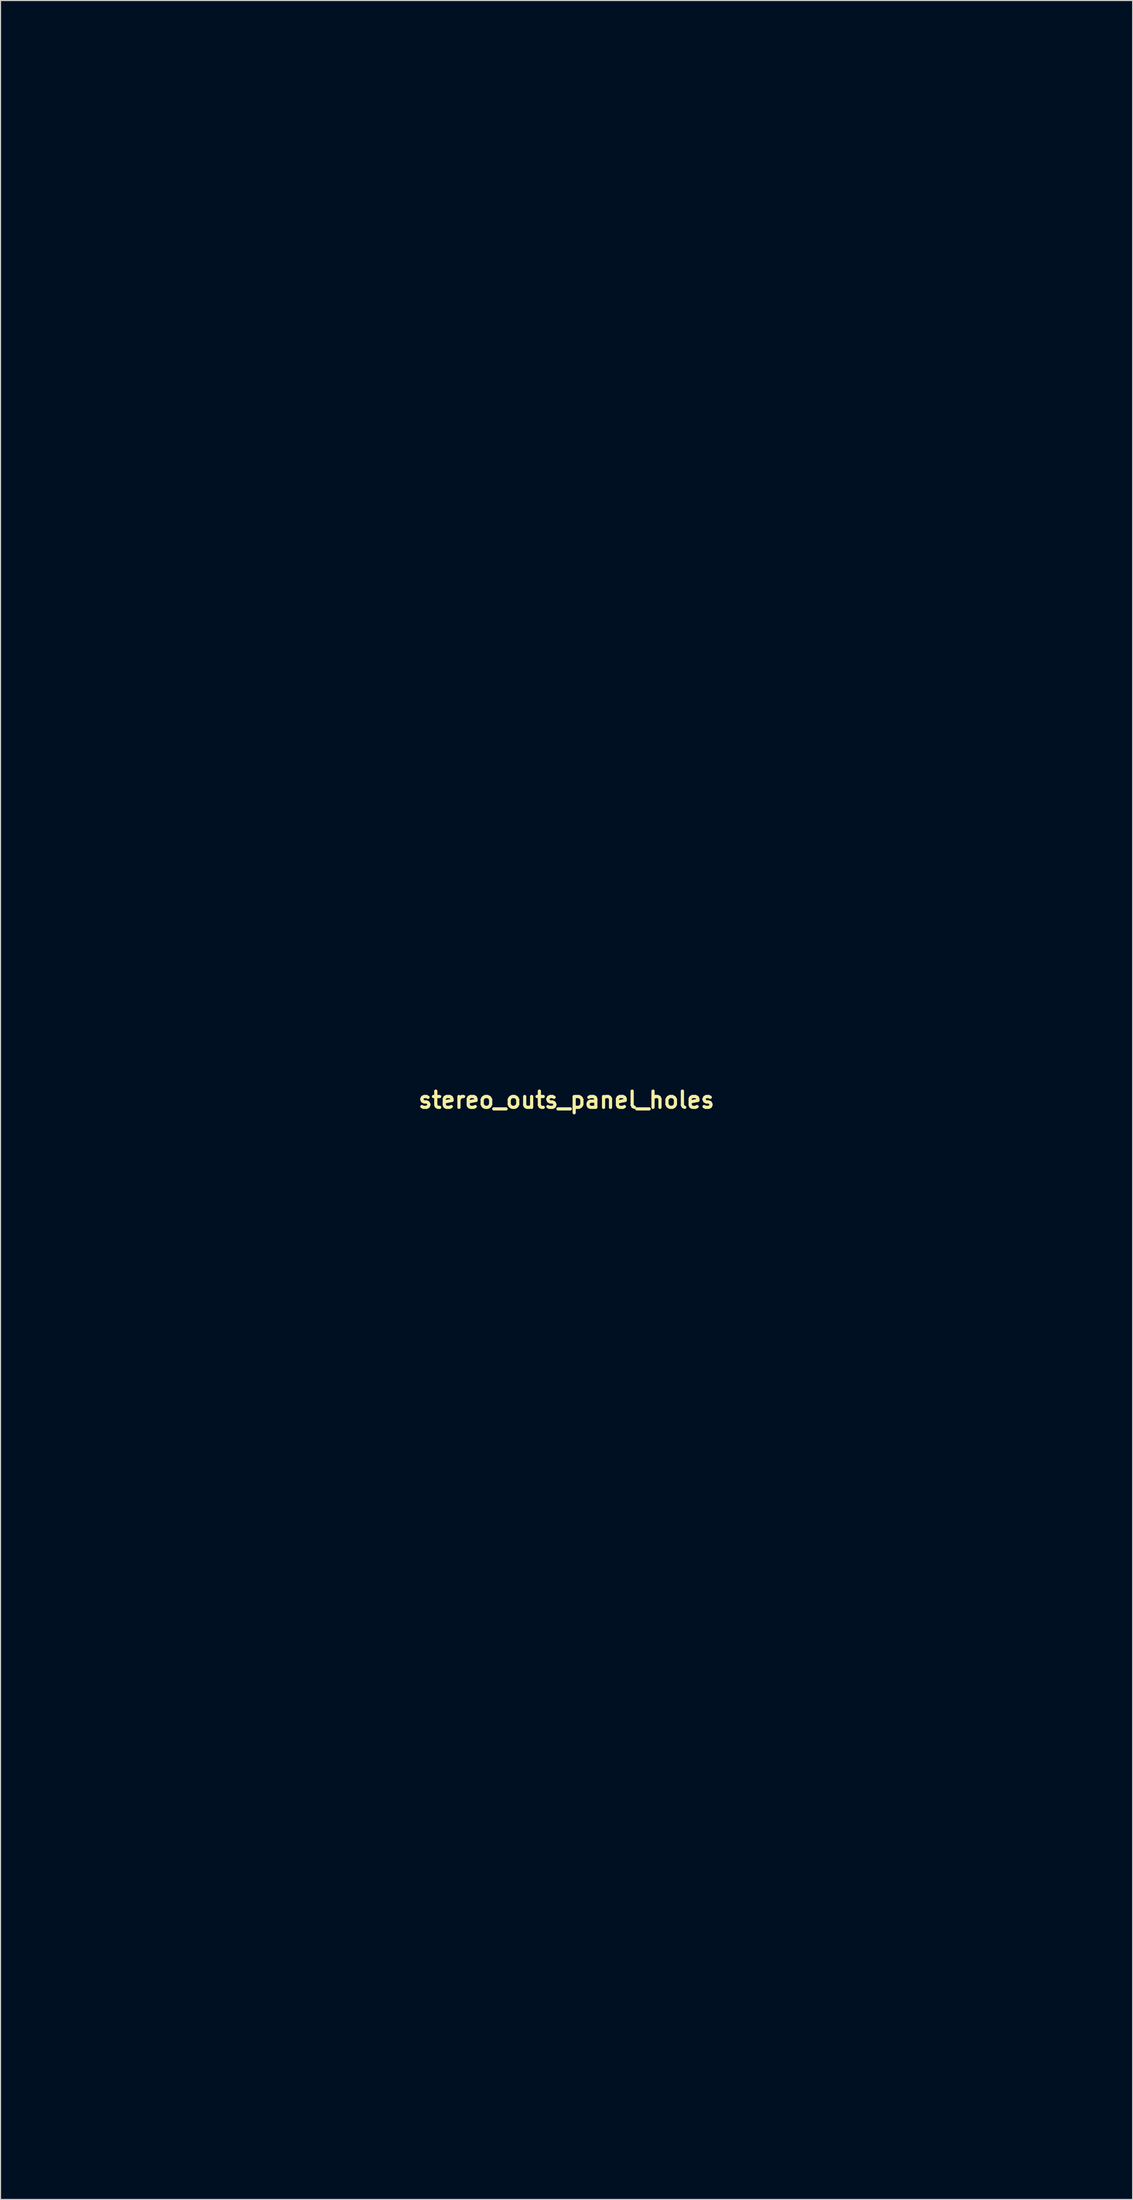
<source format=kicad_pcb>
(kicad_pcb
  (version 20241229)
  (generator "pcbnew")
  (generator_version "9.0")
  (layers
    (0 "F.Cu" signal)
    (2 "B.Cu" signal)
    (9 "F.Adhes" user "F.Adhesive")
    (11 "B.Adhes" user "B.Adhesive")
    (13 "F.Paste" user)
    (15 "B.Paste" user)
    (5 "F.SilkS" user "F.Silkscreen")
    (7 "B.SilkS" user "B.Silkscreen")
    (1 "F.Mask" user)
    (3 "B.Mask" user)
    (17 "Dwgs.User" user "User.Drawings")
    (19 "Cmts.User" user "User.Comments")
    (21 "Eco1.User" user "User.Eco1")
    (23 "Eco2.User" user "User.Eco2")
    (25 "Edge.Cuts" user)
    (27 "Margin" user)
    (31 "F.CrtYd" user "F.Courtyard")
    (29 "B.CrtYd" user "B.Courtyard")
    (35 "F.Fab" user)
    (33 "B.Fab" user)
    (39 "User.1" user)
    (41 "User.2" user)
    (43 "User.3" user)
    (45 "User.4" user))
  (footprint "stereo_outs_panel_holes"
    (layer "F.Cu")
    (at 50.119 100.132)
    (property "Reference" "stereo_outs_panel_holes" (at 0 0 0) (layer "F.SilkS") (effects (font (size 1.524 1.524) (thickness 0.3))))
    (attr through_hole)
    (fp_poly (pts (xy -43.701 -98.521) (xy -43.435 -98.406) (xy -43.2 -98.254) (xy -42.999 -98.068) (xy -42.835 -97.854) (xy -42.711 -97.614) (xy -42.63 -97.353) (xy -42.595 -97.074) (xy -42.594 -97.008) (xy -42.601 -96.808) (xy -42.628 -96.635) (xy -42.678 -96.468) (xy -42.754 -96.291) (xy -42.813 -96.177) (xy -42.874 -96.081) (xy -42.951 -95.987) (xy -43.055 -95.88) (xy -43.063 -95.872) (xy -43.239 -95.714) (xy -43.413 -95.596) (xy -43.598 -95.509) (xy -43.779 -95.453) (xy -43.821 -95.442) (xy -43.864 -95.434) (xy -43.912 -95.426) (xy -43.969 -95.42) (xy -44.04 -95.415) (xy -44.128 -95.412) (xy -44.238 -95.409) (xy -44.373 -95.406) (xy -44.539 -95.405) (xy -44.738 -95.404) (xy -44.976 -95.404) (xy -45.256 -95.404) (xy -45.583 -95.404) (xy -45.603 -95.404) (xy -45.944 -95.405) (xy -46.238 -95.405) (xy -46.488 -95.407) (xy -46.699 -95.409) (xy -46.873 -95.411) (xy -47.016 -95.414) (xy -47.129 -95.418) (xy -47.218 -95.423) (xy -47.286 -95.428) (xy -47.336 -95.435) (xy -47.371 -95.442) (xy -47.633 -95.537) (xy -47.873 -95.674) (xy -48.085 -95.848) (xy -48.265 -96.055) (xy -48.409 -96.289) (xy -48.512 -96.546) (xy -48.555 -96.727) (xy -48.578 -97.001) (xy -48.553 -97.274) (xy -48.48 -97.54) (xy -48.362 -97.793) (xy -48.2 -98.028) (xy -48.145 -98.093) (xy -48.025 -98.203) (xy -47.872 -98.314) (xy -47.702 -98.415) (xy -47.53 -98.495) (xy -47.465 -98.519) (xy -47.257 -98.59) (xy -43.904 -98.59) (xy -43.701 -98.521)) (stroke (width 0.01) (type solid)) (fill no) (layer "Eco1.User"))
    (fp_poly (pts (xy 45.814 95.398) (xy 46.08 95.399) (xy 46.337 95.401) (xy 46.578 95.405) (xy 46.798 95.409) (xy 46.992 95.414) (xy 47.155 95.421) (xy 47.28 95.428) (xy 47.362 95.436) (xy 47.384 95.44) (xy 47.649 95.534) (xy 47.891 95.669) (xy 48.107 95.843) (xy 48.29 96.05) (xy 48.436 96.286) (xy 48.541 96.544) (xy 48.556 96.598) (xy 48.592 96.802) (xy 48.6 97.028) (xy 48.58 97.255) (xy 48.533 97.463) (xy 48.53 97.474) (xy 48.431 97.711) (xy 48.293 97.939) (xy 48.17 98.093) (xy 48.05 98.204) (xy 47.896 98.315) (xy 47.725 98.416) (xy 47.553 98.496) (xy 47.491 98.519) (xy 47.282 98.589) (xy 45.695 98.594) (xy 45.411 98.594) (xy 45.139 98.594) (xy 44.884 98.593) (xy 44.65 98.591) (xy 44.442 98.589) (xy 44.265 98.587) (xy 44.125 98.584) (xy 44.025 98.58) (xy 43.97 98.577) (xy 43.967 98.576) (xy 43.702 98.51) (xy 43.452 98.399) (xy 43.224 98.249) (xy 43.025 98.062) (xy 42.861 97.846) (xy 42.804 97.745) (xy 42.714 97.552) (xy 42.657 97.371) (xy 42.627 97.183) (xy 42.619 97) (xy 42.624 96.825) (xy 42.641 96.679) (xy 42.676 96.542) (xy 42.733 96.393) (xy 42.78 96.291) (xy 42.909 96.074) (xy 43.079 95.876) (xy 43.281 95.703) (xy 43.507 95.563) (xy 43.748 95.463) (xy 43.826 95.441) (xy 43.887 95.432) (xy 43.993 95.424) (xy 44.14 95.418) (xy 44.32 95.412) (xy 44.529 95.407) (xy 44.762 95.403) (xy 45.012 95.4) (xy 45.275 95.399) (xy 45.544 95.398) (xy 45.814 95.398)) (stroke (width 0.01) (type solid)) (fill no) (layer "Eco1.User"))
    (fp_poly (pts (xy 47.491 -98.519) (xy 47.755 -98.405) (xy 47.989 -98.253) (xy 48.189 -98.067) (xy 48.353 -97.852) (xy 48.478 -97.612) (xy 48.56 -97.351) (xy 48.596 -97.074) (xy 48.598 -97.015) (xy 48.59 -96.805) (xy 48.564 -96.63) (xy 48.556 -96.598) (xy 48.46 -96.334) (xy 48.322 -96.093) (xy 48.145 -95.879) (xy 47.934 -95.699) (xy 47.714 -95.567) (xy 47.649 -95.535) (xy 47.591 -95.508) (xy 47.534 -95.484) (xy 47.476 -95.465) (xy 47.411 -95.449) (xy 47.335 -95.436) (xy 47.245 -95.425) (xy 47.137 -95.417) (xy 47.005 -95.412) (xy 46.847 -95.408) (xy 46.657 -95.405) (xy 46.432 -95.404) (xy 46.168 -95.403) (xy 45.86 -95.404) (xy 45.594 -95.404) (xy 45.265 -95.404) (xy 44.983 -95.404) (xy 44.743 -95.405) (xy 44.542 -95.406) (xy 44.375 -95.408) (xy 44.239 -95.41) (xy 44.129 -95.413) (xy 44.041 -95.417) (xy 43.972 -95.421) (xy 43.916 -95.427) (xy 43.871 -95.434) (xy 43.831 -95.443) (xy 43.793 -95.453) (xy 43.764 -95.462) (xy 43.55 -95.541) (xy 43.357 -95.648) (xy 43.173 -95.792) (xy 43.076 -95.883) (xy 42.969 -95.996) (xy 42.889 -96.097) (xy 42.824 -96.205) (xy 42.78 -96.291) (xy 42.73 -96.404) (xy 42.686 -96.515) (xy 42.655 -96.607) (xy 42.648 -96.631) (xy 42.63 -96.752) (xy 42.621 -96.903) (xy 42.622 -97.067) (xy 42.632 -97.224) (xy 42.651 -97.357) (xy 42.659 -97.392) (xy 42.754 -97.659) (xy 42.892 -97.9) (xy 43.069 -98.113) (xy 43.281 -98.293) (xy 43.525 -98.437) (xy 43.764 -98.531) (xy 43.955 -98.59) (xy 47.282 -98.59) (xy 47.491 -98.519)) (stroke (width 0.01) (type solid)) (fill no) (layer "Eco1.User"))
    (fp_poly (pts (xy 32.359 -18.442) (xy 32.768 -18.377) (xy 32.87 -18.352) (xy 33.269 -18.225) (xy 33.645 -18.055) (xy 33.993 -17.844) (xy 34.313 -17.595) (xy 34.601 -17.311) (xy 34.856 -16.993) (xy 35.073 -16.646) (xy 35.252 -16.27) (xy 35.39 -15.869) (xy 35.451 -15.621) (xy 35.474 -15.471) (xy 35.489 -15.286) (xy 35.497 -15.078) (xy 35.498 -14.863) (xy 35.491 -14.653) (xy 35.476 -14.462) (xy 35.455 -14.305) (xy 35.449 -14.276) (xy 35.334 -13.863) (xy 35.177 -13.473) (xy 34.979 -13.11) (xy 34.743 -12.775) (xy 34.472 -12.472) (xy 34.169 -12.203) (xy 33.835 -11.97) (xy 33.474 -11.776) (xy 33.088 -11.624) (xy 32.688 -11.517) (xy 32.555 -11.497) (xy 32.386 -11.482) (xy 32.196 -11.471) (xy 31.998 -11.467) (xy 31.807 -11.468) (xy 31.636 -11.475) (xy 31.5 -11.489) (xy 31.483 -11.491) (xy 31.066 -11.584) (xy 30.673 -11.721) (xy 30.298 -11.904) (xy 30.023 -12.073) (xy 29.883 -12.178) (xy 29.726 -12.312) (xy 29.564 -12.465) (xy 29.408 -12.625) (xy 29.271 -12.779) (xy 29.176 -12.9) (xy 28.953 -13.251) (xy 28.775 -13.62) (xy 28.642 -14.004) (xy 28.555 -14.398) (xy 28.512 -14.798) (xy 28.515 -15.088) (xy 29.515 -15.088) (xy 29.515 -14.834) (xy 31.877 -14.834) (xy 31.877 -12.446) (xy 32.13 -12.446) (xy 32.137 -13.633) (xy 32.144 -14.821) (xy 33.331 -14.828) (xy 34.519 -14.834) (xy 34.519 -15.088) (xy 32.131 -15.088) (xy 32.131 -17.45) (xy 31.877 -17.45) (xy 31.877 -15.088) (xy 29.515 -15.088) (xy 28.515 -15.088) (xy 28.516 -15.199) (xy 28.565 -15.597) (xy 28.661 -15.988) (xy 28.803 -16.368) (xy 28.959 -16.675) (xy 29.189 -17.027) (xy 29.452 -17.344) (xy 29.747 -17.625) (xy 30.068 -17.868) (xy 30.413 -18.071) (xy 30.777 -18.234) (xy 31.158 -18.354) (xy 31.551 -18.429) (xy 31.952 -18.46) (xy 32.359 -18.442)) (stroke (width 0.01) (type solid)) (fill no) (layer "Eco1.User"))
    (fp_poly (pts (xy -2.779 -48.489) (xy -2.528 -48.474) (xy -2.347 -48.45) (xy -1.947 -48.358) (xy -1.564 -48.221) (xy -1.204 -48.041) (xy -0.868 -47.821) (xy -0.559 -47.564) (xy -0.281 -47.273) (xy -0.036 -46.951) (xy 0.173 -46.601) (xy 0.342 -46.225) (xy 0.469 -45.826) (xy 0.496 -45.714) (xy 0.521 -45.564) (xy 0.539 -45.378) (xy 0.55 -45.17) (xy 0.554 -44.956) (xy 0.55 -44.749) (xy 0.538 -44.564) (xy 0.524 -44.457) (xy 0.435 -44.046) (xy 0.301 -43.659) (xy 0.121 -43.293) (xy -0.104 -42.949) (xy -0.376 -42.624) (xy -0.479 -42.519) (xy -0.792 -42.239) (xy -1.118 -42.006) (xy -1.462 -41.818) (xy -1.831 -41.671) (xy -2.21 -41.567) (xy -2.332 -41.547) (xy -2.492 -41.531) (xy -2.677 -41.52) (xy -2.873 -41.514) (xy -3.069 -41.513) (xy -3.251 -41.517) (xy -3.406 -41.527) (xy -3.505 -41.54) (xy -3.792 -41.601) (xy -4.051 -41.676) (xy -4.213 -41.736) (xy -4.588 -41.911) (xy -4.938 -42.127) (xy -5.258 -42.381) (xy -5.546 -42.669) (xy -5.799 -42.987) (xy -6.014 -43.333) (xy -6.188 -43.701) (xy -6.318 -44.09) (xy -6.389 -44.412) (xy -6.415 -44.625) (xy -6.429 -44.867) (xy -6.429 -45.118) (xy -6.429 -45.136) (xy -5.436 -45.136) (xy -5.436 -44.856) (xy -3.073 -44.856) (xy -3.073 -42.494) (xy -2.794 -42.494) (xy -2.794 -44.856) (xy -0.432 -44.856) (xy -0.432 -45.136) (xy -2.794 -45.136) (xy -2.794 -47.498) (xy -3.073 -47.498) (xy -3.073 -45.136) (xy -5.436 -45.136) (xy -6.429 -45.136) (xy -6.417 -45.36) (xy -6.392 -45.573) (xy -6.389 -45.593) (xy -6.294 -45.997) (xy -6.153 -46.381) (xy -5.971 -46.743) (xy -5.749 -47.08) (xy -5.491 -47.388) (xy -5.201 -47.665) (xy -4.88 -47.907) (xy -4.532 -48.112) (xy -4.16 -48.277) (xy -3.766 -48.399) (xy -3.518 -48.45) (xy -3.294 -48.477) (xy -3.041 -48.49) (xy -2.779 -48.489)) (stroke (width 0.01) (type solid)) (fill no) (layer "Eco1.User"))
    (fp_poly (pts (xy -2.481 11.644) (xy -2.08 11.72) (xy -1.69 11.842) (xy -1.314 12.01) (xy -0.959 12.223) (xy -0.849 12.301) (xy -0.682 12.437) (xy -0.505 12.602) (xy -0.332 12.783) (xy -0.176 12.964) (xy -0.06 13.119) (xy 0.126 13.418) (xy 0.274 13.714) (xy 0.392 14.025) (xy 0.473 14.311) (xy 0.514 14.52) (xy 0.542 14.762) (xy 0.556 15.02) (xy 0.556 15.277) (xy 0.542 15.518) (xy 0.522 15.675) (xy 0.428 16.082) (xy 0.29 16.469) (xy 0.11 16.835) (xy -0.11 17.175) (xy -0.367 17.487) (xy -0.657 17.768) (xy -0.979 18.014) (xy -1.328 18.223) (xy -1.702 18.392) (xy -2.098 18.518) (xy -2.262 18.556) (xy -2.408 18.578) (xy -2.59 18.594) (xy -2.791 18.604) (xy -2.998 18.607) (xy -3.195 18.603) (xy -3.368 18.592) (xy -3.463 18.58) (xy -3.856 18.495) (xy -4.228 18.369) (xy -4.594 18.198) (xy -4.617 18.186) (xy -4.818 18.069) (xy -5.002 17.942) (xy -5.184 17.793) (xy -5.376 17.613) (xy -5.412 17.578) (xy -5.688 17.269) (xy -5.919 16.939) (xy -6.108 16.591) (xy -6.253 16.229) (xy -6.356 15.857) (xy -6.417 15.478) (xy -6.436 15.096) (xy -6.429 14.986) (xy -5.436 14.986) (xy -5.436 15.24) (xy -3.073 15.24) (xy -3.073 17.602) (xy -2.794 17.602) (xy -2.794 15.24) (xy -0.432 15.24) (xy -0.432 14.986) (xy -2.794 14.986) (xy -2.794 12.624) (xy -3.073 12.624) (xy -3.073 14.986) (xy -5.436 14.986) (xy -6.429 14.986) (xy -6.413 14.715) (xy -6.349 14.338) (xy -6.245 13.97) (xy -6.1 13.613) (xy -5.915 13.273) (xy -5.69 12.952) (xy -5.426 12.654) (xy -5.123 12.383) (xy -4.891 12.213) (xy -4.664 12.07) (xy -4.449 11.955) (xy -4.226 11.858) (xy -4.107 11.814) (xy -3.706 11.699) (xy -3.298 11.633) (xy -2.889 11.614) (xy -2.481 11.644)) (stroke (width 0.01) (type solid)) (fill no) (layer "Eco1.User"))
    (fp_poly (pts (xy 32.185 41.512) (xy 32.386 41.523) (xy 32.567 41.539) (xy 32.714 41.562) (xy 32.734 41.566) (xy 33.14 41.682) (xy 33.528 41.844) (xy 33.893 42.049) (xy 34.23 42.294) (xy 34.537 42.576) (xy 34.809 42.893) (xy 34.813 42.899) (xy 34.921 43.057) (xy 35.034 43.247) (xy 35.143 43.455) (xy 35.242 43.664) (xy 35.322 43.862) (xy 35.37 44.005) (xy 35.462 44.418) (xy 35.505 44.838) (xy 35.499 45.26) (xy 35.444 45.678) (xy 35.37 45.987) (xy 35.309 46.166) (xy 35.224 46.369) (xy 35.121 46.582) (xy 35.011 46.788) (xy 34.898 46.973) (xy 34.815 47.092) (xy 34.538 47.417) (xy 34.23 47.702) (xy 33.896 47.946) (xy 33.539 48.146) (xy 33.16 48.303) (xy 32.763 48.414) (xy 32.351 48.478) (xy 31.927 48.494) (xy 31.737 48.485) (xy 31.331 48.431) (xy 30.939 48.331) (xy 30.564 48.186) (xy 30.209 47.999) (xy 29.878 47.774) (xy 29.575 47.512) (xy 29.302 47.217) (xy 29.064 46.891) (xy 28.864 46.538) (xy 28.705 46.159) (xy 28.679 46.082) (xy 28.604 45.819) (xy 28.553 45.566) (xy 28.524 45.303) (xy 28.515 45.013) (xy 28.515 44.996) (xy 28.518 44.856) (xy 29.515 44.856) (xy 29.515 45.136) (xy 31.877 45.136) (xy 31.877 47.498) (xy 32.131 47.498) (xy 32.131 45.136) (xy 34.506 45.123) (xy 34.506 44.869) (xy 33.318 44.862) (xy 32.131 44.856) (xy 32.131 42.494) (xy 31.877 42.494) (xy 31.877 44.856) (xy 29.515 44.856) (xy 28.518 44.856) (xy 28.52 44.745) (xy 28.537 44.534) (xy 28.561 44.374) (xy 28.665 43.96) (xy 28.812 43.569) (xy 29.001 43.204) (xy 29.229 42.868) (xy 29.494 42.561) (xy 29.792 42.288) (xy 30.121 42.051) (xy 30.48 41.851) (xy 30.865 41.691) (xy 31.274 41.575) (xy 31.458 41.538) (xy 31.6 41.521) (xy 31.778 41.511) (xy 31.978 41.508) (xy 32.185 41.512)) (stroke (width 0.01) (type solid)) (fill no) (layer "Eco1.User"))
    (fp_poly (pts (xy -45.252 95.402) (xy -44.971 95.403) (xy -44.731 95.403) (xy -44.531 95.404) (xy -44.364 95.406) (xy -44.228 95.408) (xy -44.118 95.411) (xy -44.03 95.415) (xy -43.96 95.419) (xy -43.904 95.425) (xy -43.857 95.433) (xy -43.816 95.441) (xy -43.777 95.451) (xy -43.764 95.455) (xy -43.56 95.524) (xy -43.381 95.615) (xy -43.212 95.736) (xy -43.063 95.872) (xy -42.957 95.981) (xy -42.879 96.075) (xy -42.816 96.17) (xy -42.758 96.283) (xy -42.754 96.291) (xy -42.676 96.474) (xy -42.626 96.641) (xy -42.601 96.814) (xy -42.594 97.008) (xy -42.618 97.29) (xy -42.689 97.555) (xy -42.803 97.8) (xy -42.958 98.02) (xy -43.151 98.213) (xy -43.379 98.374) (xy -43.64 98.499) (xy -43.726 98.53) (xy -43.763 98.542) (xy -43.798 98.552) (xy -43.836 98.561) (xy -43.881 98.568) (xy -43.936 98.574) (xy -44.007 98.579) (xy -44.096 98.582) (xy -44.209 98.585) (xy -44.349 98.588) (xy -44.521 98.589) (xy -44.728 98.591) (xy -44.975 98.592) (xy -45.266 98.593) (xy -45.491 98.593) (xy -45.775 98.594) (xy -46.046 98.594) (xy -46.301 98.593) (xy -46.533 98.592) (xy -46.74 98.59) (xy -46.915 98.588) (xy -47.055 98.585) (xy -47.153 98.582) (xy -47.206 98.578) (xy -47.209 98.578) (xy -47.428 98.526) (xy -47.649 98.44) (xy -47.858 98.326) (xy -48.04 98.193) (xy -48.145 98.093) (xy -48.318 97.865) (xy -48.448 97.619) (xy -48.533 97.358) (xy -48.574 97.089) (xy -48.569 96.818) (xy -48.517 96.551) (xy -48.417 96.292) (xy -48.412 96.283) (xy -48.273 96.058) (xy -48.094 95.854) (xy -47.884 95.682) (xy -47.688 95.566) (xy -47.624 95.535) (xy -47.565 95.507) (xy -47.508 95.484) (xy -47.449 95.465) (xy -47.384 95.448) (xy -47.308 95.435) (xy -47.217 95.425) (xy -47.108 95.417) (xy -46.975 95.411) (xy -46.816 95.407) (xy -46.625 95.405) (xy -46.399 95.403) (xy -46.133 95.403) (xy -45.824 95.402) (xy -45.581 95.402) (xy -45.252 95.402)) (stroke (width 0.01) (type solid)) (fill no) (layer "Eco1.User"))
    (fp_poly (pts (xy 32.016 -78.558) (xy 32.125 -78.555) (xy 32.349 -78.545) (xy 32.537 -78.529) (xy 32.705 -78.504) (xy 32.869 -78.467) (xy 33.044 -78.417) (xy 33.113 -78.395) (xy 33.468 -78.254) (xy 33.814 -78.067) (xy 34.143 -77.84) (xy 34.447 -77.578) (xy 34.718 -77.287) (xy 34.814 -77.167) (xy 34.923 -77.008) (xy 35.036 -76.816) (xy 35.146 -76.606) (xy 35.245 -76.394) (xy 35.326 -76.194) (xy 35.37 -76.06) (xy 35.462 -75.649) (xy 35.505 -75.229) (xy 35.499 -74.807) (xy 35.444 -74.389) (xy 35.37 -74.079) (xy 35.31 -73.903) (xy 35.226 -73.703) (xy 35.125 -73.493) (xy 35.015 -73.287) (xy 34.903 -73.101) (xy 34.813 -72.972) (xy 34.541 -72.653) (xy 34.234 -72.37) (xy 33.897 -72.124) (xy 33.531 -71.919) (xy 33.143 -71.757) (xy 32.734 -71.639) (xy 32.734 -71.639) (xy 32.611 -71.619) (xy 32.45 -71.603) (xy 32.264 -71.593) (xy 32.065 -71.587) (xy 31.867 -71.586) (xy 31.681 -71.591) (xy 31.521 -71.602) (xy 31.407 -71.617) (xy 30.997 -71.718) (xy 30.605 -71.864) (xy 30.236 -72.054) (xy 29.893 -72.283) (xy 29.58 -72.551) (xy 29.3 -72.854) (xy 29.056 -73.191) (xy 29.001 -73.279) (xy 28.814 -73.633) (xy 28.674 -73.99) (xy 28.579 -74.358) (xy 28.527 -74.746) (xy 28.515 -75.07) (xy 28.522 -75.209) (xy 29.515 -75.209) (xy 29.515 -74.93) (xy 31.877 -74.93) (xy 31.877 -72.568) (xy 32.131 -72.568) (xy 32.131 -74.929) (xy 34.506 -74.943) (xy 34.506 -75.197) (xy 33.318 -75.203) (xy 32.131 -75.21) (xy 32.131 -77.572) (xy 31.877 -77.572) (xy 31.877 -75.209) (xy 29.515 -75.209) (xy 28.522 -75.209) (xy 28.537 -75.494) (xy 28.605 -75.897) (xy 28.72 -76.282) (xy 28.883 -76.651) (xy 29.093 -77.007) (xy 29.298 -77.284) (xy 29.566 -77.578) (xy 29.87 -77.84) (xy 30.205 -78.068) (xy 30.565 -78.257) (xy 30.943 -78.404) (xy 31.334 -78.506) (xy 31.44 -78.525) (xy 31.569 -78.543) (xy 31.698 -78.554) (xy 31.843 -78.559) (xy 32.016 -78.558)) (stroke (width 0.01) (type solid)) (fill no) (layer "Eco1.User"))
    (fp_poly (pts (xy 32.378 67.014) (xy 32.868 67.073) (xy 33.26 67.157) (xy 33.732 67.304) (xy 34.178 67.492) (xy 34.597 67.719) (xy 34.987 67.981) (xy 35.346 68.276) (xy 35.674 68.601) (xy 35.969 68.953) (xy 36.23 69.33) (xy 36.456 69.727) (xy 36.645 70.144) (xy 36.795 70.575) (xy 36.906 71.02) (xy 36.977 71.474) (xy 37.005 71.935) (xy 36.99 72.401) (xy 36.93 72.868) (xy 36.824 73.333) (xy 36.671 73.793) (xy 36.502 74.179) (xy 36.29 74.573) (xy 36.052 74.932) (xy 35.778 75.271) (xy 35.578 75.486) (xy 35.302 75.75) (xy 35.028 75.978) (xy 34.742 76.178) (xy 34.429 76.363) (xy 34.201 76.48) (xy 33.792 76.661) (xy 33.385 76.8) (xy 32.964 76.902) (xy 32.589 76.961) (xy 32.437 76.974) (xy 32.249 76.982) (xy 32.04 76.984) (xy 31.826 76.981) (xy 31.621 76.973) (xy 31.441 76.96) (xy 31.344 76.949) (xy 30.853 76.857) (xy 30.38 76.719) (xy 29.927 76.537) (xy 29.497 76.314) (xy 29.093 76.051) (xy 28.716 75.752) (xy 28.37 75.419) (xy 28.057 75.053) (xy 27.78 74.657) (xy 27.542 74.234) (xy 27.344 73.786) (xy 27.191 73.314) (xy 27.181 73.279) (xy 27.08 72.798) (xy 27.026 72.306) (xy 27.021 71.857) (xy 29.515 71.857) (xy 29.515 72.136) (xy 31.877 72.136) (xy 31.877 74.498) (xy 32.131 74.498) (xy 32.131 72.137) (xy 34.506 72.123) (xy 34.506 71.869) (xy 33.318 71.863) (xy 32.131 71.856) (xy 32.131 69.494) (xy 31.877 69.494) (xy 31.877 71.857) (xy 29.515 71.857) (xy 27.021 71.857) (xy 27.02 71.809) (xy 27.062 71.313) (xy 27.151 70.827) (xy 27.169 70.752) (xy 27.312 70.284) (xy 27.501 69.835) (xy 27.733 69.409) (xy 28.004 69.009) (xy 28.313 68.636) (xy 28.657 68.294) (xy 29.033 67.986) (xy 29.439 67.715) (xy 29.871 67.482) (xy 30.328 67.292) (xy 30.432 67.256) (xy 30.905 67.125) (xy 31.391 67.04) (xy 31.884 67.003) (xy 32.378 67.014)) (stroke (width 0.01) (type solid)) (fill no) (layer "Eco1.User"))
    (fp_poly (pts (xy 32.431 -48.469) (xy 32.839 -48.399) (xy 33.23 -48.281) (xy 33.608 -48.114) (xy 33.972 -47.9) (xy 34.138 -47.776) (xy 34.319 -47.622) (xy 34.5 -47.449) (xy 34.668 -47.27) (xy 34.811 -47.098) (xy 34.814 -47.093) (xy 34.923 -46.934) (xy 35.036 -46.743) (xy 35.146 -46.533) (xy 35.245 -46.321) (xy 35.326 -46.121) (xy 35.37 -45.987) (xy 35.462 -45.575) (xy 35.505 -45.156) (xy 35.499 -44.734) (xy 35.444 -44.315) (xy 35.37 -44.005) (xy 35.31 -43.83) (xy 35.226 -43.629) (xy 35.125 -43.419) (xy 35.015 -43.213) (xy 34.903 -43.028) (xy 34.813 -42.899) (xy 34.542 -42.581) (xy 34.236 -42.298) (xy 33.898 -42.053) (xy 33.532 -41.847) (xy 33.143 -41.684) (xy 32.734 -41.566) (xy 32.728 -41.564) (xy 32.611 -41.545) (xy 32.456 -41.53) (xy 32.276 -41.52) (xy 32.082 -41.514) (xy 31.888 -41.512) (xy 31.706 -41.516) (xy 31.548 -41.525) (xy 31.428 -41.54) (xy 31.42 -41.541) (xy 31.001 -41.645) (xy 30.606 -41.793) (xy 30.237 -41.981) (xy 29.897 -42.207) (xy 29.587 -42.47) (xy 29.311 -42.766) (xy 29.071 -43.093) (xy 28.869 -43.449) (xy 28.708 -43.832) (xy 28.589 -44.238) (xy 28.561 -44.374) (xy 28.534 -44.559) (xy 28.519 -44.775) (xy 28.515 -44.996) (xy 28.519 -45.136) (xy 29.515 -45.136) (xy 29.515 -44.856) (xy 31.877 -44.856) (xy 31.877 -42.494) (xy 32.131 -42.494) (xy 32.131 -44.856) (xy 34.506 -44.869) (xy 34.506 -45.123) (xy 33.318 -45.13) (xy 32.131 -45.136) (xy 32.131 -47.498) (xy 31.877 -47.498) (xy 31.877 -45.136) (xy 29.515 -45.136) (xy 28.519 -45.136) (xy 28.523 -45.287) (xy 28.55 -45.548) (xy 28.599 -45.799) (xy 28.672 -46.06) (xy 28.681 -46.087) (xy 28.83 -46.466) (xy 29.024 -46.824) (xy 29.258 -47.159) (xy 29.53 -47.465) (xy 29.834 -47.738) (xy 30.168 -47.973) (xy 30.398 -48.104) (xy 30.772 -48.272) (xy 31.149 -48.391) (xy 31.536 -48.464) (xy 31.942 -48.492) (xy 32.005 -48.493) (xy 32.431 -48.469)) (stroke (width 0.01) (type solid)) (fill no) (layer "Eco1.User"))
    (fp_poly (pts (xy 32.31 11.626) (xy 32.688 11.68) (xy 33.056 11.775) (xy 33.41 11.907) (xy 33.748 12.077) (xy 34.066 12.282) (xy 34.361 12.522) (xy 34.63 12.793) (xy 34.87 13.094) (xy 35.077 13.425) (xy 35.248 13.783) (xy 35.38 14.167) (xy 35.469 14.574) (xy 35.472 14.592) (xy 35.495 14.802) (xy 35.505 15.039) (xy 35.501 15.285) (xy 35.485 15.525) (xy 35.457 15.742) (xy 35.436 15.85) (xy 35.384 16.047) (xy 35.317 16.257) (xy 35.243 16.459) (xy 35.167 16.635) (xy 35.147 16.675) (xy 34.943 17.027) (xy 34.696 17.356) (xy 34.412 17.657) (xy 34.096 17.925) (xy 33.754 18.154) (xy 33.558 18.261) (xy 33.416 18.324) (xy 33.241 18.391) (xy 33.049 18.455) (xy 32.858 18.512) (xy 32.683 18.554) (xy 32.677 18.555) (xy 32.576 18.571) (xy 32.438 18.585) (xy 32.278 18.596) (xy 32.107 18.605) (xy 31.94 18.61) (xy 31.79 18.611) (xy 31.67 18.607) (xy 31.623 18.602) (xy 31.208 18.525) (xy 30.811 18.403) (xy 30.435 18.237) (xy 30.082 18.032) (xy 29.756 17.788) (xy 29.461 17.51) (xy 29.199 17.198) (xy 28.974 16.857) (xy 28.789 16.489) (xy 28.705 16.273) (xy 28.627 16.03) (xy 28.572 15.801) (xy 28.537 15.57) (xy 28.52 15.32) (xy 28.516 15.113) (xy 28.519 14.986) (xy 29.515 14.986) (xy 29.515 15.24) (xy 31.877 15.24) (xy 31.877 17.602) (xy 32.13 17.602) (xy 32.144 15.253) (xy 33.331 15.246) (xy 34.519 15.239) (xy 34.519 14.986) (xy 32.131 14.986) (xy 32.131 12.624) (xy 31.877 12.624) (xy 31.877 14.986) (xy 29.515 14.986) (xy 28.519 14.986) (xy 28.523 14.835) (xy 28.546 14.588) (xy 28.587 14.357) (xy 28.648 14.123) (xy 28.704 13.953) (xy 28.859 13.584) (xy 29.059 13.233) (xy 29.299 12.905) (xy 29.574 12.605) (xy 29.879 12.339) (xy 30.21 12.112) (xy 30.378 12.018) (xy 30.759 11.846) (xy 31.146 11.723) (xy 31.536 11.646) (xy 31.924 11.614) (xy 32.31 11.626)) (stroke (width 0.01) (type solid)) (fill no) (layer "Eco1.User"))
    (fp_poly (pts (xy -2.707 -78.556) (xy -2.504 -78.543) (xy -2.335 -78.521) (xy -1.996 -78.443) (xy -1.654 -78.325) (xy -1.323 -78.175) (xy -1.017 -77.999) (xy -0.862 -77.891) (xy -0.701 -77.759) (xy -0.53 -77.601) (xy -0.361 -77.428) (xy -0.205 -77.254) (xy -0.075 -77.089) (xy -0.03 -77.025) (xy 0.166 -76.691) (xy 0.33 -76.327) (xy 0.456 -75.948) (xy 0.498 -75.781) (xy 0.513 -75.692) (xy 0.527 -75.566) (xy 0.539 -75.417) (xy 0.549 -75.261) (xy 0.551 -75.196) (xy 0.554 -74.913) (xy 0.54 -74.662) (xy 0.507 -74.427) (xy 0.453 -74.192) (xy 0.395 -73.997) (xy 0.254 -73.627) (xy 0.078 -73.289) (xy -0.136 -72.973) (xy -0.396 -72.672) (xy -0.403 -72.664) (xy -0.712 -72.373) (xy -1.038 -72.129) (xy -1.386 -71.929) (xy -1.761 -71.77) (xy -2.116 -71.662) (xy -2.218 -71.638) (xy -2.312 -71.62) (xy -2.41 -71.607) (xy -2.522 -71.598) (xy -2.662 -71.593) (xy -2.839 -71.588) (xy -2.857 -71.588) (xy -3.077 -71.586) (xy -3.253 -71.589) (xy -3.394 -71.597) (xy -3.506 -71.611) (xy -3.531 -71.615) (xy -3.948 -71.719) (xy -4.343 -71.866) (xy -4.712 -72.055) (xy -5.054 -72.283) (xy -5.365 -72.548) (xy -5.642 -72.848) (xy -5.884 -73.181) (xy -6.087 -73.543) (xy -6.244 -73.919) (xy -6.338 -74.245) (xy -6.401 -74.597) (xy -6.431 -74.96) (xy -6.429 -75.209) (xy -5.436 -75.209) (xy -5.436 -74.93) (xy -3.073 -74.93) (xy -3.073 -72.568) (xy -2.794 -72.568) (xy -2.794 -74.93) (xy -0.432 -74.93) (xy -0.432 -75.209) (xy -2.794 -75.209) (xy -2.794 -77.572) (xy -3.073 -77.572) (xy -3.073 -75.209) (xy -5.436 -75.209) (xy -6.429 -75.209) (xy -6.428 -75.318) (xy -6.391 -75.656) (xy -6.389 -75.667) (xy -6.293 -76.072) (xy -6.152 -76.458) (xy -5.969 -76.82) (xy -5.747 -77.157) (xy -5.489 -77.464) (xy -5.197 -77.741) (xy -4.874 -77.983) (xy -4.523 -78.187) (xy -4.147 -78.352) (xy -3.749 -78.475) (xy -3.509 -78.525) (xy -3.343 -78.546) (xy -3.143 -78.558) (xy -2.926 -78.561) (xy -2.707 -78.556)) (stroke (width 0.01) (type solid)) (fill no) (layer "Eco1.User"))
    (fp_poly (pts (xy -2.487 67.03) (xy -1.99 67.102) (xy -1.51 67.222) (xy -1.049 67.388) (xy -0.607 67.599) (xy -0.189 67.855) (xy 0.206 68.153) (xy 0.573 68.493) (xy 0.913 68.874) (xy 1.106 69.127) (xy 1.211 69.286) (xy 1.324 69.478) (xy 1.439 69.689) (xy 1.547 69.907) (xy 1.642 70.115) (xy 1.709 70.282) (xy 1.848 70.727) (xy 1.943 71.191) (xy 1.994 71.666) (xy 2.003 72.146) (xy 1.968 72.624) (xy 1.889 73.092) (xy 1.767 73.543) (xy 1.709 73.711) (xy 1.512 74.171) (xy 1.273 74.604) (xy 0.996 75.009) (xy 0.684 75.382) (xy 0.338 75.722) (xy -0.037 76.027) (xy -0.44 76.294) (xy -0.868 76.522) (xy -1.318 76.707) (xy -1.786 76.847) (xy -2.271 76.942) (xy -2.326 76.949) (xy -2.451 76.962) (xy -2.608 76.971) (xy -2.784 76.979) (xy -2.968 76.983) (xy -3.146 76.984) (xy -3.307 76.982) (xy -3.436 76.976) (xy -3.493 76.97) (xy -3.999 76.886) (xy -4.476 76.763) (xy -4.927 76.599) (xy -5.357 76.393) (xy -5.769 76.142) (xy -5.987 75.988) (xy -6.286 75.748) (xy -6.55 75.501) (xy -6.795 75.231) (xy -6.799 75.226) (xy -7.104 74.826) (xy -7.364 74.405) (xy -7.58 73.962) (xy -7.753 73.493) (xy -7.884 72.997) (xy -7.917 72.835) (xy -7.935 72.706) (xy -7.95 72.538) (xy -7.961 72.345) (xy -7.968 72.138) (xy -7.971 71.93) (xy -7.971 71.857) (xy -5.486 71.857) (xy -5.486 72.136) (xy -3.124 72.136) (xy -3.124 74.498) (xy -2.845 74.498) (xy -2.845 72.136) (xy -0.483 72.136) (xy -0.483 71.857) (xy -2.845 71.857) (xy -2.845 69.494) (xy -3.124 69.494) (xy -3.124 71.857) (xy -5.486 71.857) (xy -7.971 71.857) (xy -7.97 71.734) (xy -7.963 71.56) (xy -7.953 71.435) (xy -7.869 70.935) (xy -7.738 70.452) (xy -7.562 69.988) (xy -7.342 69.547) (xy -7.079 69.131) (xy -6.777 68.742) (xy -6.435 68.383) (xy -6.055 68.056) (xy -5.753 67.839) (xy -5.32 67.579) (xy -4.87 67.367) (xy -4.404 67.204) (xy -3.924 67.089) (xy -3.429 67.023) (xy -2.998 67.005) (xy -2.487 67.03)) (stroke (width 0.01) (type solid)) (fill no) (layer "Eco1.User"))
    (fp_poly (pts (xy -2.655 -18.442) (xy -2.409 -18.421) (xy -2.181 -18.382) (xy -1.954 -18.323) (xy -1.728 -18.246) (xy -1.35 -18.079) (xy -0.995 -17.869) (xy -0.667 -17.619) (xy -0.369 -17.334) (xy -0.107 -17.017) (xy 0.118 -16.672) (xy 0.3 -16.301) (xy 0.348 -16.182) (xy 0.429 -15.941) (xy 0.487 -15.703) (xy 0.526 -15.454) (xy 0.548 -15.176) (xy 0.551 -15.085) (xy 0.556 -14.897) (xy 0.555 -14.745) (xy 0.549 -14.616) (xy 0.536 -14.494) (xy 0.522 -14.399) (xy 0.428 -13.989) (xy 0.29 -13.6) (xy 0.109 -13.233) (xy -0.111 -12.893) (xy -0.368 -12.581) (xy -0.659 -12.3) (xy -0.982 -12.055) (xy -1.332 -11.846) (xy -1.709 -11.678) (xy -2.108 -11.554) (xy -2.223 -11.527) (xy -2.335 -11.509) (xy -2.482 -11.492) (xy -2.652 -11.479) (xy -2.831 -11.469) (xy -3.005 -11.463) (xy -3.161 -11.463) (xy -3.286 -11.467) (xy -3.327 -11.471) (xy -3.743 -11.548) (xy -4.143 -11.672) (xy -4.524 -11.839) (xy -4.881 -12.049) (xy -5.209 -12.299) (xy -5.334 -12.412) (xy -5.626 -12.723) (xy -5.875 -13.06) (xy -6.08 -13.419) (xy -6.24 -13.798) (xy -6.353 -14.192) (xy -6.418 -14.6) (xy -6.435 -15.019) (xy -6.432 -15.088) (xy -5.436 -15.088) (xy -5.436 -14.834) (xy -3.073 -14.834) (xy -3.073 -13.657) (xy -3.073 -13.417) (xy -3.072 -13.193) (xy -3.07 -12.989) (xy -3.068 -12.812) (xy -3.065 -12.665) (xy -3.062 -12.554) (xy -3.059 -12.485) (xy -3.055 -12.462) (xy -3.021 -12.452) (xy -2.956 -12.45) (xy -2.922 -12.451) (xy -2.807 -12.459) (xy -2.793 -14.834) (xy -0.432 -14.834) (xy -0.432 -15.088) (xy -2.794 -15.088) (xy -2.794 -17.45) (xy -3.073 -17.45) (xy -3.073 -15.088) (xy -5.436 -15.088) (xy -6.432 -15.088) (xy -6.424 -15.241) (xy -6.366 -15.661) (xy -6.261 -16.061) (xy -6.109 -16.443) (xy -5.91 -16.803) (xy -5.665 -17.143) (xy -5.399 -17.438) (xy -5.082 -17.72) (xy -4.74 -17.957) (xy -4.374 -18.151) (xy -3.982 -18.3) (xy -3.631 -18.392) (xy -3.511 -18.416) (xy -3.397 -18.432) (xy -3.275 -18.442) (xy -3.131 -18.447) (xy -2.951 -18.449) (xy -2.934 -18.449) (xy -2.655 -18.442)) (stroke (width 0.01) (type solid)) (fill no) (layer "Eco1.User"))
    (fp_poly (pts (xy -34.617 -49.977) (xy -34.271 -49.944) (xy -33.938 -49.885) (xy -33.601 -49.798) (xy -33.392 -49.732) (xy -32.928 -49.551) (xy -32.49 -49.328) (xy -32.079 -49.064) (xy -31.699 -48.763) (xy -31.35 -48.428) (xy -31.036 -48.06) (xy -30.759 -47.663) (xy -30.52 -47.239) (xy -30.321 -46.79) (xy -30.166 -46.32) (xy -30.055 -45.83) (xy -30.035 -45.707) (xy -30.016 -45.533) (xy -30.003 -45.323) (xy -29.998 -45.093) (xy -29.999 -44.856) (xy -30.007 -44.628) (xy -30.022 -44.424) (xy -30.035 -44.313) (xy -30.128 -43.824) (xy -30.268 -43.352) (xy -30.451 -42.9) (xy -30.675 -42.472) (xy -30.939 -42.068) (xy -31.239 -41.693) (xy -31.573 -41.348) (xy -31.939 -41.036) (xy -32.334 -40.76) (xy -32.757 -40.523) (xy -33.204 -40.327) (xy -33.674 -40.174) (xy -33.795 -40.143) (xy -34.159 -40.071) (xy -34.551 -40.026) (xy -34.952 -40.007) (xy -35.345 -40.016) (xy -35.662 -40.046) (xy -36.147 -40.137) (xy -36.617 -40.276) (xy -37.07 -40.459) (xy -37.502 -40.685) (xy -37.91 -40.951) (xy -38.29 -41.255) (xy -38.64 -41.595) (xy -38.956 -41.969) (xy -39.235 -42.374) (xy -39.431 -42.723) (xy -39.635 -43.176) (xy -39.791 -43.642) (xy -39.9 -44.115) (xy -39.962 -44.593) (xy -39.978 -45.072) (xy -39.974 -45.136) (xy -37.493 -45.136) (xy -37.485 -45.002) (xy -37.478 -44.869) (xy -36.303 -44.862) (xy -35.128 -44.856) (xy -35.128 -43.692) (xy -35.128 -43.454) (xy -35.127 -43.231) (xy -35.125 -43.029) (xy -35.123 -42.853) (xy -35.12 -42.708) (xy -35.117 -42.599) (xy -35.114 -42.532) (xy -35.111 -42.511) (xy -35.078 -42.501) (xy -35.012 -42.495) (xy -34.972 -42.494) (xy -34.849 -42.494) (xy -34.849 -44.856) (xy -32.487 -44.856) (xy -32.487 -45.136) (xy -34.849 -45.136) (xy -34.849 -47.498) (xy -35.128 -47.498) (xy -35.128 -45.136) (xy -37.493 -45.136) (xy -39.974 -45.136) (xy -39.948 -45.549) (xy -39.873 -46.021) (xy -39.753 -46.483) (xy -39.59 -46.933) (xy -39.382 -47.367) (xy -39.132 -47.782) (xy -38.839 -48.174) (xy -38.535 -48.509) (xy -38.159 -48.853) (xy -37.758 -49.153) (xy -37.334 -49.408) (xy -36.889 -49.618) (xy -36.425 -49.782) (xy -35.944 -49.899) (xy -35.449 -49.967) (xy -34.993 -49.987) (xy -34.617 -49.977)) (stroke (width 0.01) (type solid)) (fill no) (layer "Eco1.User"))
    (fp_poly (pts (xy -34.589 67.017) (xy -34.116 67.075) (xy -33.778 67.146) (xy -33.293 67.293) (xy -32.836 67.482) (xy -32.405 67.714) (xy -31.998 67.991) (xy -31.614 68.313) (xy -31.456 68.464) (xy -31.113 68.842) (xy -30.814 69.244) (xy -30.56 69.67) (xy -30.351 70.119) (xy -30.187 70.591) (xy -30.069 71.085) (xy -30.035 71.285) (xy -30.016 71.457) (xy -30.004 71.664) (xy -29.998 71.893) (xy -29.998 72.128) (xy -30.005 72.355) (xy -30.019 72.558) (xy -30.035 72.697) (xy -30.133 73.191) (xy -30.276 73.665) (xy -30.461 74.117) (xy -30.687 74.545) (xy -30.952 74.947) (xy -31.252 75.319) (xy -31.586 75.66) (xy -31.951 75.968) (xy -32.345 76.24) (xy -32.765 76.474) (xy -33.21 76.667) (xy -33.677 76.818) (xy -34.164 76.924) (xy -34.336 76.95) (xy -34.492 76.965) (xy -34.681 76.976) (xy -34.888 76.982) (xy -35.099 76.983) (xy -35.299 76.979) (xy -35.475 76.971) (xy -35.585 76.96) (xy -36.068 76.873) (xy -36.543 76.74) (xy -37.004 76.561) (xy -37.444 76.341) (xy -37.857 76.082) (xy -38.141 75.867) (xy -38.511 75.533) (xy -38.842 75.168) (xy -39.134 74.774) (xy -39.385 74.355) (xy -39.594 73.915) (xy -39.759 73.458) (xy -39.879 72.985) (xy -39.953 72.502) (xy -39.979 72.011) (xy -39.972 71.857) (xy -37.493 71.857) (xy -37.485 71.99) (xy -37.478 72.123) (xy -36.303 72.13) (xy -35.128 72.137) (xy -35.128 73.3) (xy -35.128 73.539) (xy -35.127 73.762) (xy -35.125 73.963) (xy -35.123 74.139) (xy -35.12 74.284) (xy -35.117 74.393) (xy -35.114 74.46) (xy -35.111 74.481) (xy -35.078 74.491) (xy -35.012 74.497) (xy -34.972 74.498) (xy -34.849 74.498) (xy -34.849 72.136) (xy -32.487 72.136) (xy -32.487 71.857) (xy -34.849 71.857) (xy -34.849 69.492) (xy -34.982 69.499) (xy -35.115 69.507) (xy -35.129 71.857) (xy -37.493 71.857) (xy -39.972 71.857) (xy -39.956 71.515) (xy -39.942 71.382) (xy -39.856 70.89) (xy -39.723 70.414) (xy -39.545 69.958) (xy -39.325 69.523) (xy -39.064 69.114) (xy -38.764 68.731) (xy -38.427 68.378) (xy -38.056 68.059) (xy -37.652 67.774) (xy -37.217 67.527) (xy -36.927 67.392) (xy -36.487 67.23) (xy -36.026 67.111) (xy -35.551 67.035) (xy -35.07 67.004) (xy -34.589 67.017)) (stroke (width 0.01) (type solid)) (fill no) (layer "Eco1.User"))
    (fp_poly (pts (xy -34.691 10.016) (xy -34.473 10.031) (xy -34.336 10.045) (xy -33.836 10.136) (xy -33.355 10.274) (xy -32.895 10.458) (xy -32.457 10.687) (xy -32.043 10.96) (xy -31.654 11.278) (xy -31.456 11.466) (xy -31.112 11.845) (xy -30.813 12.248) (xy -30.559 12.674) (xy -30.351 13.123) (xy -30.188 13.594) (xy -30.07 14.088) (xy -30.035 14.298) (xy -30.015 14.48) (xy -30.002 14.697) (xy -29.997 14.933) (xy -29.999 15.174) (xy -30.007 15.403) (xy -30.023 15.606) (xy -30.035 15.699) (xy -30.134 16.203) (xy -30.278 16.684) (xy -30.468 17.142) (xy -30.703 17.577) (xy -30.984 17.989) (xy -31.309 18.378) (xy -31.456 18.532) (xy -31.831 18.872) (xy -32.232 19.169) (xy -32.658 19.422) (xy -33.107 19.631) (xy -33.578 19.794) (xy -34.068 19.911) (xy -34.31 19.95) (xy -34.465 19.966) (xy -34.654 19.978) (xy -34.862 19.985) (xy -35.075 19.986) (xy -35.278 19.983) (xy -35.458 19.974) (xy -35.584 19.962) (xy -36.081 19.873) (xy -36.563 19.738) (xy -37.026 19.558) (xy -37.467 19.335) (xy -37.881 19.07) (xy -38.194 18.827) (xy -38.56 18.486) (xy -38.886 18.116) (xy -39.171 17.721) (xy -39.414 17.305) (xy -39.615 16.871) (xy -39.772 16.421) (xy -39.886 15.959) (xy -39.955 15.489) (xy -39.973 15.138) (xy -37.493 15.138) (xy -35.128 15.138) (xy -35.128 16.303) (xy -35.128 16.541) (xy -35.127 16.764) (xy -35.125 16.966) (xy -35.123 17.142) (xy -35.12 17.287) (xy -35.117 17.395) (xy -35.114 17.463) (xy -35.111 17.484) (xy -35.078 17.494) (xy -35.012 17.5) (xy -34.972 17.501) (xy -34.849 17.501) (xy -34.849 15.138) (xy -32.487 15.138) (xy -32.487 14.859) (xy -34.849 14.859) (xy -34.849 12.494) (xy -34.982 12.502) (xy -35.115 12.509) (xy -35.129 14.858) (xy -37.478 14.872) (xy -37.485 15.005) (xy -37.493 15.138) (xy -39.973 15.138) (xy -39.98 15.014) (xy -39.958 14.536) (xy -39.89 14.059) (xy -39.775 13.587) (xy -39.613 13.122) (xy -39.431 12.725) (xy -39.183 12.293) (xy -38.895 11.891) (xy -38.572 11.523) (xy -38.215 11.19) (xy -37.828 10.893) (xy -37.413 10.635) (xy -36.973 10.418) (xy -36.51 10.244) (xy -36.028 10.114) (xy -35.561 10.034) (xy -35.377 10.018) (xy -35.159 10.01) (xy -34.925 10.009) (xy -34.691 10.016)) (stroke (width 0.01) (type solid)) (fill no) (layer "Eco1.User"))
    (fp_poly (pts (xy -34.632 -19.98) (xy -34.404 -19.962) (xy -34.328 -19.953) (xy -33.823 -19.859) (xy -33.34 -19.719) (xy -32.881 -19.534) (xy -32.445 -19.305) (xy -32.033 -19.03) (xy -31.644 -18.71) (xy -31.456 -18.531) (xy -31.113 -18.153) (xy -30.814 -17.752) (xy -30.56 -17.327) (xy -30.352 -16.879) (xy -30.189 -16.408) (xy -30.071 -15.914) (xy -30.035 -15.699) (xy -30.015 -15.517) (xy -30.002 -15.299) (xy -29.997 -15.063) (xy -29.999 -14.822) (xy -30.008 -14.593) (xy -30.024 -14.391) (xy -30.036 -14.298) (xy -30.134 -13.803) (xy -30.278 -13.327) (xy -30.464 -12.874) (xy -30.691 -12.446) (xy -30.955 -12.044) (xy -31.256 -11.672) (xy -31.59 -11.331) (xy -31.955 -11.023) (xy -32.35 -10.752) (xy -32.77 -10.518) (xy -33.216 -10.326) (xy -33.683 -10.175) (xy -34.17 -10.07) (xy -34.336 -10.045) (xy -34.492 -10.03) (xy -34.681 -10.019) (xy -34.888 -10.013) (xy -35.099 -10.012) (xy -35.299 -10.016) (xy -35.475 -10.024) (xy -35.585 -10.035) (xy -36.068 -10.122) (xy -36.543 -10.255) (xy -37.004 -10.434) (xy -37.444 -10.654) (xy -37.857 -10.913) (xy -38.141 -11.128) (xy -38.511 -11.462) (xy -38.841 -11.826) (xy -39.133 -12.218) (xy -39.383 -12.634) (xy -39.591 -13.071) (xy -39.756 -13.525) (xy -39.876 -13.993) (xy -39.951 -14.472) (xy -39.979 -14.957) (xy -39.972 -15.138) (xy -37.493 -15.138) (xy -37.485 -15.005) (xy -37.478 -14.872) (xy -36.303 -14.865) (xy -35.128 -14.858) (xy -35.128 -13.695) (xy -35.128 -13.456) (xy -35.127 -13.233) (xy -35.125 -13.032) (xy -35.123 -12.856) (xy -35.12 -12.711) (xy -35.117 -12.602) (xy -35.114 -12.535) (xy -35.111 -12.514) (xy -35.078 -12.504) (xy -35.012 -12.498) (xy -34.972 -12.497) (xy -34.849 -12.497) (xy -34.849 -14.859) (xy -32.487 -14.859) (xy -32.487 -15.138) (xy -34.849 -15.138) (xy -34.849 -17.503) (xy -34.982 -17.496) (xy -35.115 -17.488) (xy -35.129 -15.138) (xy -37.493 -15.138) (xy -39.972 -15.138) (xy -39.96 -15.447) (xy -39.891 -15.937) (xy -39.862 -16.074) (xy -39.729 -16.56) (xy -39.55 -17.025) (xy -39.328 -17.466) (xy -39.065 -17.881) (xy -38.762 -18.267) (xy -38.421 -18.623) (xy -38.045 -18.945) (xy -37.634 -19.232) (xy -37.214 -19.469) (xy -36.84 -19.639) (xy -36.46 -19.774) (xy -36.059 -19.88) (xy -35.877 -19.917) (xy -35.667 -19.948) (xy -35.421 -19.97) (xy -35.157 -19.983) (xy -34.888 -19.986) (xy -34.632 -19.98)) (stroke (width 0.01) (type solid)) (fill no) (layer "Eco1.User"))
    (fp_poly (pts (xy -34.435 -79.96) (xy -34.124 -79.92) (xy -33.817 -79.857) (xy -33.5 -79.767) (xy -33.414 -79.74) (xy -32.951 -79.562) (xy -32.513 -79.341) (xy -32.103 -79.079) (xy -31.721 -78.781) (xy -31.371 -78.447) (xy -31.056 -78.082) (xy -30.776 -77.687) (xy -30.534 -77.266) (xy -30.334 -76.821) (xy -30.176 -76.354) (xy -30.063 -75.869) (xy -30.037 -75.709) (xy -30.016 -75.518) (xy -30.002 -75.293) (xy -29.997 -75.049) (xy -29.999 -74.801) (xy -30.01 -74.567) (xy -30.028 -74.36) (xy -30.035 -74.31) (xy -30.128 -73.819) (xy -30.268 -73.347) (xy -30.45 -72.897) (xy -30.674 -72.47) (xy -30.935 -72.069) (xy -31.233 -71.696) (xy -31.565 -71.353) (xy -31.927 -71.044) (xy -32.319 -70.77) (xy -32.737 -70.533) (xy -33.179 -70.337) (xy -33.642 -70.183) (xy -34.125 -70.073) (xy -34.43 -70.029) (xy -34.613 -70.014) (xy -34.829 -70.007) (xy -35.062 -70.007) (xy -35.293 -70.014) (xy -35.507 -70.027) (xy -35.658 -70.043) (xy -36.11 -70.128) (xy -36.561 -70.258) (xy -37.002 -70.43) (xy -37.425 -70.638) (xy -37.821 -70.881) (xy -38.1 -71.088) (xy -38.218 -71.188) (xy -38.356 -71.316) (xy -38.502 -71.458) (xy -38.645 -71.604) (xy -38.772 -71.74) (xy -38.862 -71.844) (xy -39.152 -72.238) (xy -39.4 -72.658) (xy -39.605 -73.099) (xy -39.766 -73.559) (xy -39.883 -74.032) (xy -39.954 -74.514) (xy -39.978 -75.002) (xy -39.972 -75.133) (xy -37.493 -75.133) (xy -37.485 -75) (xy -37.478 -74.867) (xy -36.303 -74.86) (xy -35.128 -74.853) (xy -35.128 -73.689) (xy -35.128 -73.451) (xy -35.127 -73.228) (xy -35.125 -73.026) (xy -35.123 -72.85) (xy -35.12 -72.706) (xy -35.117 -72.597) (xy -35.114 -72.529) (xy -35.111 -72.509) (xy -35.078 -72.499) (xy -35.012 -72.493) (xy -34.972 -72.492) (xy -34.849 -72.492) (xy -34.849 -74.854) (xy -32.487 -74.854) (xy -32.487 -75.133) (xy -34.849 -75.133) (xy -34.849 -77.495) (xy -35.128 -77.495) (xy -35.128 -75.133) (xy -37.493 -75.133) (xy -39.972 -75.133) (xy -39.954 -75.49) (xy -39.882 -75.976) (xy -39.862 -76.069) (xy -39.73 -76.552) (xy -39.553 -77.013) (xy -39.333 -77.451) (xy -39.073 -77.863) (xy -38.776 -78.246) (xy -38.444 -78.599) (xy -38.078 -78.917) (xy -37.682 -79.2) (xy -37.258 -79.444) (xy -36.809 -79.646) (xy -36.369 -79.795) (xy -36.156 -79.853) (xy -35.965 -79.898) (xy -35.783 -79.93) (xy -35.594 -79.953) (xy -35.384 -79.968) (xy -35.138 -79.977) (xy -35.127 -79.977) (xy -34.765 -79.979) (xy -34.435 -79.96)) (stroke (width 0.01) (type solid)) (fill no) (layer "Eco1.User"))
    (fp_poly (pts (xy 50.14 100.127) (xy -50.114 100.127) (xy -50.114 46.036) (xy -49.856 46.036) (xy -49.856 47.906) (xy -49.856 49.753) (xy -49.856 51.575) (xy -49.856 53.373) (xy -49.856 55.145) (xy -49.856 56.891) (xy -49.855 58.611) (xy -49.855 60.304) (xy -49.855 61.969) (xy -49.855 63.606) (xy -49.855 65.214) (xy -49.855 66.794) (xy -49.855 68.343) (xy -49.855 69.863) (xy -49.855 71.351) (xy -49.855 72.808) (xy -49.855 74.233) (xy -49.855 75.626) (xy -49.855 76.986) (xy -49.854 78.312) (xy -49.854 79.605) (xy -49.854 80.862) (xy -49.854 82.085) (xy -49.854 83.272) (xy -49.854 84.422) (xy -49.854 85.536) (xy -49.854 86.612) (xy -49.853 87.651) (xy -49.853 88.651) (xy -49.853 89.612) (xy -49.853 90.534) (xy -49.853 91.416) (xy -49.853 92.257) (xy -49.852 93.057) (xy -49.852 93.815) (xy -49.852 94.532) (xy -49.852 95.205) (xy -49.852 95.835) (xy -49.851 96.421) (xy -49.851 96.963) (xy -49.851 97.46) (xy -49.851 97.912) (xy -49.85 98.317) (xy -49.85 98.676) (xy -49.85 98.988) (xy -49.85 99.253) (xy -49.849 99.469) (xy -49.849 99.636) (xy -49.849 99.754) (xy -49.849 99.823) (xy -49.848 99.841) (xy -49.839 99.842) (xy -49.813 99.844) (xy -49.768 99.845) (xy -49.705 99.846) (xy -49.622 99.847) (xy -49.52 99.848) (xy -49.397 99.849) (xy -49.253 99.85) (xy -49.088 99.851) (xy -48.901 99.852) (xy -48.691 99.853) (xy -48.457 99.854) (xy -48.2 99.855) (xy -47.919 99.856) (xy -47.613 99.857) (xy -47.281 99.857) (xy -46.923 99.858) (xy -46.539 99.859) (xy -46.127 99.86) (xy -45.687 99.86) (xy -45.219 99.861) (xy -44.723 99.861) (xy -44.196 99.862) (xy -43.64 99.863) (xy -43.053 99.863) (xy -42.435 99.864) (xy -41.785 99.864) (xy -41.103 99.864) (xy -40.387 99.865) (xy -39.639 99.865) (xy -38.856 99.866) (xy -38.039 99.866) (xy -37.186 99.866) (xy -36.298 99.867) (xy -35.373 99.867) (xy -34.412 99.867) (xy -33.413 99.867) (xy -32.376 99.868) (xy -31.3 99.868) (xy -30.185 99.868) (xy -29.031 99.868) (xy -27.836 99.868) (xy -26.6 99.868) (xy -25.323 99.868) (xy -24.004 99.868) (xy -22.642 99.868) (xy -21.237 99.868) (xy -19.788 99.868) (xy -18.295 99.868) (xy -16.757 99.868) (xy -15.174 99.868) (xy -13.545 99.868) (xy -11.869 99.868) (xy -10.146 99.868) (xy -8.375 99.867) (xy -6.556 99.867) (xy -4.688 99.867) (xy -2.771 99.867) (xy -0.804 99.867) (xy 0.018 99.866) (xy 49.873 99.86) (xy 49.873 -99.86) (xy -49.847 -99.86) (xy -49.854 -0.025) (xy -49.854 2.23) (xy -49.854 4.474) (xy -49.854 6.706) (xy -49.855 8.924) (xy -49.855 11.13) (xy -49.855 13.321) (xy -49.855 15.498) (xy -49.855 17.659) (xy -49.855 19.805) (xy -49.855 21.935) (xy -49.855 24.048) (xy -49.855 26.144) (xy -49.855 28.222) (xy -49.855 30.282) (xy -49.855 32.323) (xy -49.855 34.345) (xy -49.856 36.346) (xy -49.856 38.327) (xy -49.856 40.287) (xy -49.856 42.226) (xy -49.856 44.142) (xy -49.856 46.036) (xy -50.114 46.036) (xy -50.114 -100.127) (xy 50.14 -100.127) (xy 50.14 100.127)) (stroke (width 0.01) (type solid)) (fill no) (layer "Eco1.User")))
  (gr_rect
    (start -3 -3)
    (end 103.264 203.264)
    (stroke (width 0.1) (type default))
    (fill no)
    (layer "Edge.Cuts")))
</source>
